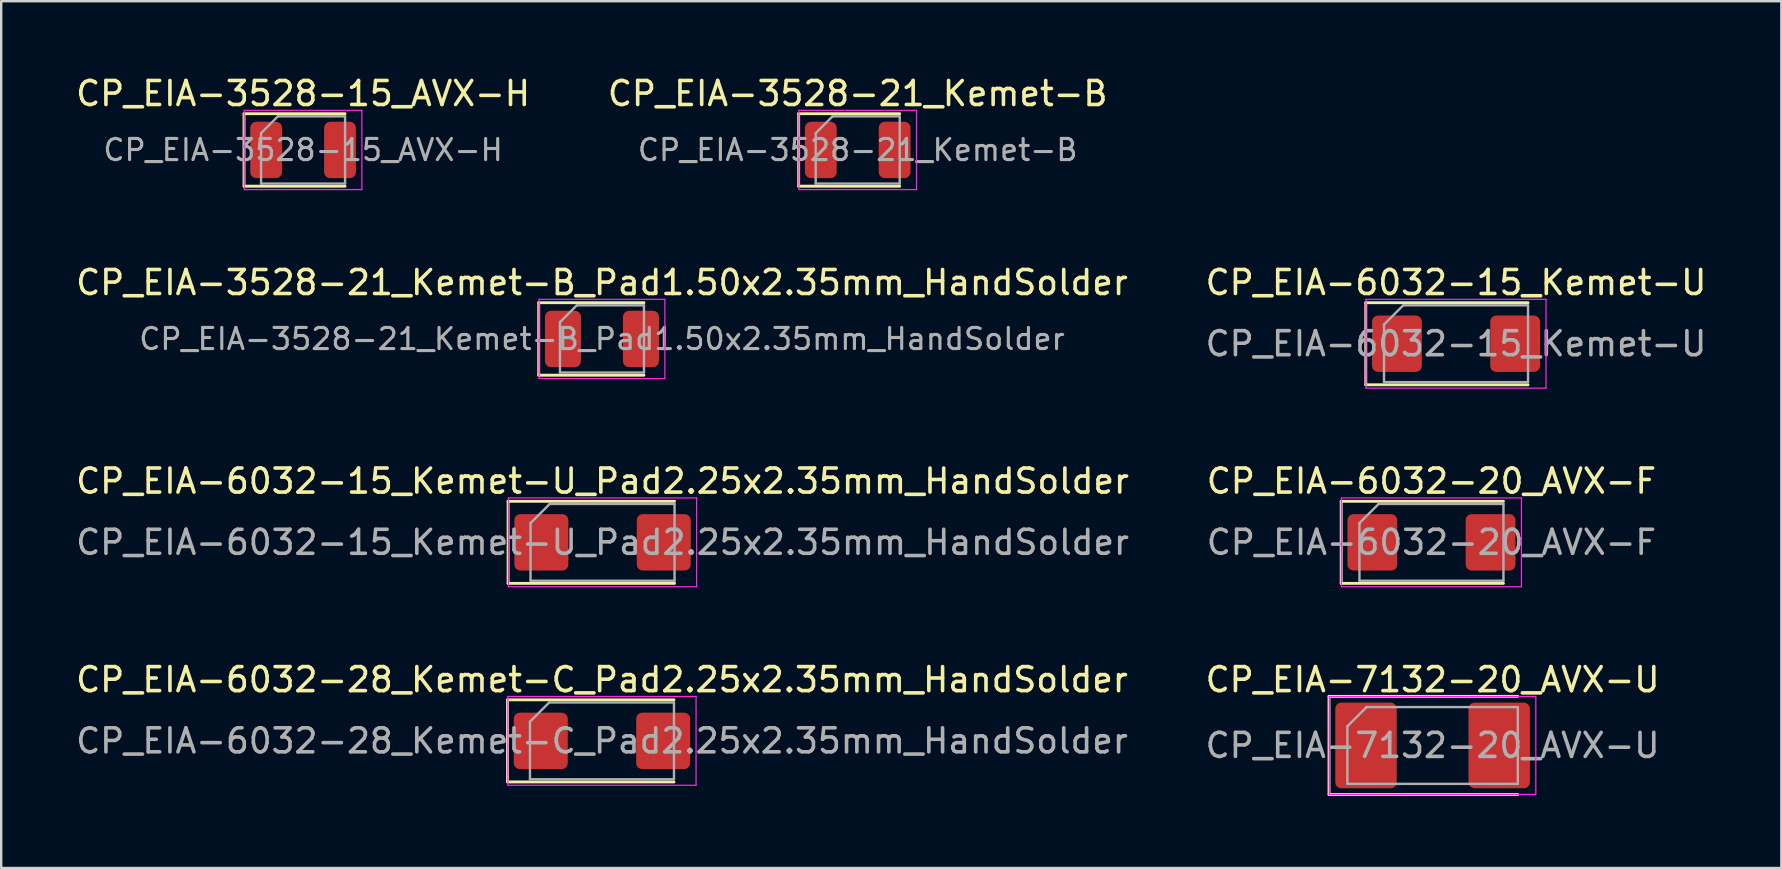
<source format=kicad_pcb>
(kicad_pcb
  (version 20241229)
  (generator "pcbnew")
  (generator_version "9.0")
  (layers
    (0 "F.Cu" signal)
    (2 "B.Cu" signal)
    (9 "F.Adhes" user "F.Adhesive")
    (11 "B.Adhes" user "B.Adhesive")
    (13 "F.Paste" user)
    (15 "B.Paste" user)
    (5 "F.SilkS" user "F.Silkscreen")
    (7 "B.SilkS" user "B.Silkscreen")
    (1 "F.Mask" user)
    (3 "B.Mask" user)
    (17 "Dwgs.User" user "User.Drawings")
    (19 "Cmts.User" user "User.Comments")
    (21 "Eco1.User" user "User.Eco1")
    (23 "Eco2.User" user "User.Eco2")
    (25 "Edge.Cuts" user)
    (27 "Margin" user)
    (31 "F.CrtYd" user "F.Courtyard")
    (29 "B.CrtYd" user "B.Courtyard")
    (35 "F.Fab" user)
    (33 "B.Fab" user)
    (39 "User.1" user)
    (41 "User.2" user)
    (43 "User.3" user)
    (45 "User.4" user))
  (footprint "CP_EIA-6032-28_Kemet-C_Pad2.25x2.35mm_HandSolder"
    (layer "F.Cu")
    (at 22.03 27.818)
    (property "Reference" "CP_EIA-6032-28_Kemet-C_Pad2.25x2.35mm_HandSolder" (at 0 -2.55 0) (layer "F.SilkS") (effects (font (size 1 1) (thickness 0.15))))
    (attr smd)
    (fp_line (start -3.935 -1.71) (end -3.935 1.71) (stroke (width 0.12) (type solid)) (layer "F.SilkS"))
    (fp_line (start -3.935 1.71) (end 3 1.71) (stroke (width 0.12) (type solid)) (layer "F.SilkS"))
    (fp_line (start 3 -1.71) (end -3.935 -1.71) (stroke (width 0.12) (type solid)) (layer "F.SilkS"))
    (fp_line (start -3.92 -1.85) (end 3.92 -1.85) (stroke (width 0.05) (type solid)) (layer "F.CrtYd"))
    (fp_line (start -3.92 1.85) (end -3.92 -1.85) (stroke (width 0.05) (type solid)) (layer "F.CrtYd"))
    (fp_line (start 3.92 -1.85) (end 3.92 1.85) (stroke (width 0.05) (type solid)) (layer "F.CrtYd"))
    (fp_line (start 3.92 1.85) (end -3.92 1.85) (stroke (width 0.05) (type solid)) (layer "F.CrtYd"))
    (fp_line (start -3 -0.8) (end -3 1.6) (stroke (width 0.1) (type solid)) (layer "F.Fab"))
    (fp_line (start -3 1.6) (end 3 1.6) (stroke (width 0.1) (type solid)) (layer "F.Fab"))
    (fp_line (start -2.2 -1.6) (end -3 -0.8) (stroke (width 0.1) (type solid)) (layer "F.Fab"))
    (fp_line (start 3 -1.6) (end -2.2 -1.6) (stroke (width 0.1) (type solid)) (layer "F.Fab"))
    (fp_line (start 3 1.6) (end 3 -1.6) (stroke (width 0.1) (type solid)) (layer "F.Fab"))
    (fp_text user "${REFERENCE}" (at 0 0 0) (layer "F.Fab") (effects (font (size 1 1) (thickness 0.15))))
    (pad "1" smd roundrect (at -2.55 0) (size 2.25 2.35) (layers "F.Cu" "F.Mask" "F.Paste") (roundrect_rratio 0.111))
    (pad "2" smd roundrect (at 2.55 0) (size 2.25 2.35) (layers "F.Cu" "F.Mask" "F.Paste") (roundrect_rratio 0.111)))
  (footprint "CP_EIA-3528-15_AVX-H"
    (layer "F.Cu")
    (at 9.577 3.198)
    (property "Reference" "CP_EIA-3528-15_AVX-H" (at 0 -2.35 0) (layer "F.SilkS") (effects (font (size 1 1) (thickness 0.15))))
    (attr smd)
    (fp_line (start -2.46 -1.51) (end -2.46 1.51) (stroke (width 0.12) (type solid)) (layer "F.SilkS"))
    (fp_line (start -2.46 1.51) (end 1.75 1.51) (stroke (width 0.12) (type solid)) (layer "F.SilkS"))
    (fp_line (start 1.75 -1.51) (end -2.46 -1.51) (stroke (width 0.12) (type solid)) (layer "F.SilkS"))
    (fp_line (start -2.45 -1.65) (end 2.45 -1.65) (stroke (width 0.05) (type solid)) (layer "F.CrtYd"))
    (fp_line (start -2.45 1.65) (end -2.45 -1.65) (stroke (width 0.05) (type solid)) (layer "F.CrtYd"))
    (fp_line (start 2.45 -1.65) (end 2.45 1.65) (stroke (width 0.05) (type solid)) (layer "F.CrtYd"))
    (fp_line (start 2.45 1.65) (end -2.45 1.65) (stroke (width 0.05) (type solid)) (layer "F.CrtYd"))
    (fp_line (start -1.75 -0.7) (end -1.75 1.4) (stroke (width 0.1) (type solid)) (layer "F.Fab"))
    (fp_line (start -1.75 1.4) (end 1.75 1.4) (stroke (width 0.1) (type solid)) (layer "F.Fab"))
    (fp_line (start -1.05 -1.4) (end -1.75 -0.7) (stroke (width 0.1) (type solid)) (layer "F.Fab"))
    (fp_line (start 1.75 -1.4) (end -1.05 -1.4) (stroke (width 0.1) (type solid)) (layer "F.Fab"))
    (fp_line (start 1.75 1.4) (end 1.75 -1.4) (stroke (width 0.1) (type solid)) (layer "F.Fab"))
    (fp_text user "${REFERENCE}" (at 0 0 0) (layer "F.Fab") (effects (font (size 0.88 0.88) (thickness 0.13))))
    (pad "1" smd roundrect (at -1.538 0) (size 1.325 2.35) (layers "F.Cu" "F.Mask" "F.Paste") (roundrect_rratio 0.189))
    (pad "2" smd roundrect (at 1.538 0) (size 1.325 2.35) (layers "F.Cu" "F.Mask" "F.Paste") (roundrect_rratio 0.189)))
  (footprint "CP_EIA-6032-20_AVX-F"
    (layer "F.Cu")
    (at 56.589 19.545)
    (property "Reference" "CP_EIA-6032-20_AVX-F" (at 0 -2.55 0) (layer "F.SilkS") (effects (font (size 1 1) (thickness 0.15))))
    (attr smd)
    (fp_line (start -3.76 -1.71) (end -3.76 1.71) (stroke (width 0.12) (type solid)) (layer "F.SilkS"))
    (fp_line (start -3.76 1.71) (end 3 1.71) (stroke (width 0.12) (type solid)) (layer "F.SilkS"))
    (fp_line (start 3 -1.71) (end -3.76 -1.71) (stroke (width 0.12) (type solid)) (layer "F.SilkS"))
    (fp_line (start -3.75 -1.85) (end 3.75 -1.85) (stroke (width 0.05) (type solid)) (layer "F.CrtYd"))
    (fp_line (start -3.75 1.85) (end -3.75 -1.85) (stroke (width 0.05) (type solid)) (layer "F.CrtYd"))
    (fp_line (start 3.75 -1.85) (end 3.75 1.85) (stroke (width 0.05) (type solid)) (layer "F.CrtYd"))
    (fp_line (start 3.75 1.85) (end -3.75 1.85) (stroke (width 0.05) (type solid)) (layer "F.CrtYd"))
    (fp_line (start -3 -0.8) (end -3 1.6) (stroke (width 0.1) (type solid)) (layer "F.Fab"))
    (fp_line (start -3 1.6) (end 3 1.6) (stroke (width 0.1) (type solid)) (layer "F.Fab"))
    (fp_line (start -2.2 -1.6) (end -3 -0.8) (stroke (width 0.1) (type solid)) (layer "F.Fab"))
    (fp_line (start 3 -1.6) (end -2.2 -1.6) (stroke (width 0.1) (type solid)) (layer "F.Fab"))
    (fp_line (start 3 1.6) (end 3 -1.6) (stroke (width 0.1) (type solid)) (layer "F.Fab"))
    (fp_text user "${REFERENCE}" (at 0 0 0) (layer "F.Fab") (effects (font (size 1 1) (thickness 0.15))))
    (pad "1" smd roundrect (at -2.462 0) (size 2.075 2.35) (layers "F.Cu" "F.Mask" "F.Paste") (roundrect_rratio 0.12))
    (pad "2" smd roundrect (at 2.462 0) (size 2.075 2.35) (layers "F.Cu" "F.Mask" "F.Paste") (roundrect_rratio 0.12)))
  (footprint "CP_EIA-6032-15_Kemet-U"
    (layer "F.Cu")
    (at 57.613 11.271)
    (property "Reference" "CP_EIA-6032-15_Kemet-U" (at 0 -2.55 0) (layer "F.SilkS") (effects (font (size 1 1) (thickness 0.15))))
    (attr smd)
    (fp_line (start -3.76 -1.71) (end -3.76 1.71) (stroke (width 0.12) (type solid)) (layer "F.SilkS"))
    (fp_line (start -3.76 1.71) (end 3 1.71) (stroke (width 0.12) (type solid)) (layer "F.SilkS"))
    (fp_line (start 3 -1.71) (end -3.76 -1.71) (stroke (width 0.12) (type solid)) (layer "F.SilkS"))
    (fp_line (start -3.75 -1.85) (end 3.75 -1.85) (stroke (width 0.05) (type solid)) (layer "F.CrtYd"))
    (fp_line (start -3.75 1.85) (end -3.75 -1.85) (stroke (width 0.05) (type solid)) (layer "F.CrtYd"))
    (fp_line (start 3.75 -1.85) (end 3.75 1.85) (stroke (width 0.05) (type solid)) (layer "F.CrtYd"))
    (fp_line (start 3.75 1.85) (end -3.75 1.85) (stroke (width 0.05) (type solid)) (layer "F.CrtYd"))
    (fp_line (start -3 -0.8) (end -3 1.6) (stroke (width 0.1) (type solid)) (layer "F.Fab"))
    (fp_line (start -3 1.6) (end 3 1.6) (stroke (width 0.1) (type solid)) (layer "F.Fab"))
    (fp_line (start -2.2 -1.6) (end -3 -0.8) (stroke (width 0.1) (type solid)) (layer "F.Fab"))
    (fp_line (start 3 -1.6) (end -2.2 -1.6) (stroke (width 0.1) (type solid)) (layer "F.Fab"))
    (fp_line (start 3 1.6) (end 3 -1.6) (stroke (width 0.1) (type solid)) (layer "F.Fab"))
    (fp_text user "${REFERENCE}" (at 0 0 0) (layer "F.Fab") (effects (font (size 1 1) (thickness 0.15))))
    (pad "1" smd roundrect (at -2.462 0) (size 2.075 2.35) (layers "F.Cu" "F.Mask" "F.Paste") (roundrect_rratio 0.12))
    (pad "2" smd roundrect (at 2.462 0) (size 2.075 2.35) (layers "F.Cu" "F.Mask" "F.Paste") (roundrect_rratio 0.12)))
  (footprint "CP_EIA-7132-20_AVX-U"
    (layer "F.Cu")
    (at 56.637 28.008)
    (property "Reference" "CP_EIA-7132-20_AVX-U" (at 0 -2.74 0) (layer "F.SilkS") (effects (font (size 1 1) (thickness 0.15))))
    (attr smd)
    (fp_line (start -4.315 -2.045) (end -4.315 2.045) (stroke (width 0.12) (type solid)) (layer "F.SilkS"))
    (fp_line (start -4.315 2.045) (end 3.55 2.045) (stroke (width 0.12) (type solid)) (layer "F.SilkS"))
    (fp_line (start 3.55 -2.045) (end -4.315 -2.045) (stroke (width 0.12) (type solid)) (layer "F.SilkS"))
    (fp_line (start -4.3 -2.04) (end 4.3 -2.04) (stroke (width 0.05) (type solid)) (layer "F.CrtYd"))
    (fp_line (start -4.3 2.04) (end -4.3 -2.04) (stroke (width 0.05) (type solid)) (layer "F.CrtYd"))
    (fp_line (start 4.3 -2.04) (end 4.3 2.04) (stroke (width 0.05) (type solid)) (layer "F.CrtYd"))
    (fp_line (start 4.3 2.04) (end -4.3 2.04) (stroke (width 0.05) (type solid)) (layer "F.CrtYd"))
    (fp_line (start -3.55 -0.8) (end -3.55 1.6) (stroke (width 0.1) (type solid)) (layer "F.Fab"))
    (fp_line (start -3.55 1.6) (end 3.55 1.6) (stroke (width 0.1) (type solid)) (layer "F.Fab"))
    (fp_line (start -2.75 -1.6) (end -3.55 -0.8) (stroke (width 0.1) (type solid)) (layer "F.Fab"))
    (fp_line (start 3.55 -1.6) (end -2.75 -1.6) (stroke (width 0.1) (type solid)) (layer "F.Fab"))
    (fp_line (start 3.55 1.6) (end 3.55 -1.6) (stroke (width 0.1) (type solid)) (layer "F.Fab"))
    (fp_text user "${REFERENCE}" (at 0 0 0) (layer "F.Fab") (effects (font (size 1 1) (thickness 0.15))))
    (pad "1" smd roundrect (at -2.775 0) (size 2.56 3.57) (layers "F.Cu" "F.Mask" "F.Paste") (roundrect_rratio 0.098))
    (pad "2" smd roundrect (at 2.775 0) (size 2.56 3.57) (layers "F.Cu" "F.Mask" "F.Paste") (roundrect_rratio 0.098)))
  (footprint "CP_EIA-3528-21_Kemet-B_Pad1.50x2.35mm_HandSolder"
    (layer "F.Cu")
    (at 22.03 11.072)
    (property "Reference" "CP_EIA-3528-21_Kemet-B_Pad1.50x2.35mm_HandSolder" (at 0 -2.35 0) (layer "F.SilkS") (effects (font (size 1 1) (thickness 0.15))))
    (attr smd)
    (fp_line (start -2.635 -1.51) (end -2.635 1.51) (stroke (width 0.12) (type solid)) (layer "F.SilkS"))
    (fp_line (start -2.635 1.51) (end 1.75 1.51) (stroke (width 0.12) (type solid)) (layer "F.SilkS"))
    (fp_line (start 1.75 -1.51) (end -2.635 -1.51) (stroke (width 0.12) (type solid)) (layer "F.SilkS"))
    (fp_line (start -2.62 -1.65) (end 2.62 -1.65) (stroke (width 0.05) (type solid)) (layer "F.CrtYd"))
    (fp_line (start -2.62 1.65) (end -2.62 -1.65) (stroke (width 0.05) (type solid)) (layer "F.CrtYd"))
    (fp_line (start 2.62 -1.65) (end 2.62 1.65) (stroke (width 0.05) (type solid)) (layer "F.CrtYd"))
    (fp_line (start 2.62 1.65) (end -2.62 1.65) (stroke (width 0.05) (type solid)) (layer "F.CrtYd"))
    (fp_line (start -1.75 -0.7) (end -1.75 1.4) (stroke (width 0.1) (type solid)) (layer "F.Fab"))
    (fp_line (start -1.75 1.4) (end 1.75 1.4) (stroke (width 0.1) (type solid)) (layer "F.Fab"))
    (fp_line (start -1.05 -1.4) (end -1.75 -0.7) (stroke (width 0.1) (type solid)) (layer "F.Fab"))
    (fp_line (start 1.75 -1.4) (end -1.05 -1.4) (stroke (width 0.1) (type solid)) (layer "F.Fab"))
    (fp_line (start 1.75 1.4) (end 1.75 -1.4) (stroke (width 0.1) (type solid)) (layer "F.Fab"))
    (fp_text user "${REFERENCE}" (at 0 0 0) (layer "F.Fab") (effects (font (size 0.88 0.88) (thickness 0.13))))
    (pad "1" smd roundrect (at -1.625 0) (size 1.5 2.35) (layers "F.Cu" "F.Mask" "F.Paste") (roundrect_rratio 0.167))
    (pad "2" smd roundrect (at 1.625 0) (size 1.5 2.35) (layers "F.Cu" "F.Mask" "F.Paste") (roundrect_rratio 0.167)))
  (footprint "CP_EIA-6032-15_Kemet-U_Pad2.25x2.35mm_HandSolder"
    (layer "F.Cu")
    (at 22.054 19.545)
    (property "Reference" "CP_EIA-6032-15_Kemet-U_Pad2.25x2.35mm_HandSolder" (at 0 -2.55 0) (layer "F.SilkS") (effects (font (size 1 1) (thickness 0.15))))
    (attr smd)
    (fp_line (start -3.935 -1.71) (end -3.935 1.71) (stroke (width 0.12) (type solid)) (layer "F.SilkS"))
    (fp_line (start -3.935 1.71) (end 3 1.71) (stroke (width 0.12) (type solid)) (layer "F.SilkS"))
    (fp_line (start 3 -1.71) (end -3.935 -1.71) (stroke (width 0.12) (type solid)) (layer "F.SilkS"))
    (fp_line (start -3.92 -1.85) (end 3.92 -1.85) (stroke (width 0.05) (type solid)) (layer "F.CrtYd"))
    (fp_line (start -3.92 1.85) (end -3.92 -1.85) (stroke (width 0.05) (type solid)) (layer "F.CrtYd"))
    (fp_line (start 3.92 -1.85) (end 3.92 1.85) (stroke (width 0.05) (type solid)) (layer "F.CrtYd"))
    (fp_line (start 3.92 1.85) (end -3.92 1.85) (stroke (width 0.05) (type solid)) (layer "F.CrtYd"))
    (fp_line (start -3 -0.8) (end -3 1.6) (stroke (width 0.1) (type solid)) (layer "F.Fab"))
    (fp_line (start -3 1.6) (end 3 1.6) (stroke (width 0.1) (type solid)) (layer "F.Fab"))
    (fp_line (start -2.2 -1.6) (end -3 -0.8) (stroke (width 0.1) (type solid)) (layer "F.Fab"))
    (fp_line (start 3 -1.6) (end -2.2 -1.6) (stroke (width 0.1) (type solid)) (layer "F.Fab"))
    (fp_line (start 3 1.6) (end 3 -1.6) (stroke (width 0.1) (type solid)) (layer "F.Fab"))
    (fp_text user "${REFERENCE}" (at 0 0 0) (layer "F.Fab") (effects (font (size 1 1) (thickness 0.15))))
    (pad "1" smd roundrect (at -2.55 0) (size 2.25 2.35) (layers "F.Cu" "F.Mask" "F.Paste") (roundrect_rratio 0.111))
    (pad "2" smd roundrect (at 2.55 0) (size 2.25 2.35) (layers "F.Cu" "F.Mask" "F.Paste") (roundrect_rratio 0.111)))
  (footprint "CP_EIA-3528-21_Kemet-B"
    (layer "F.Cu")
    (at 32.685 3.198)
    (property "Reference" "CP_EIA-3528-21_Kemet-B" (at 0 -2.35 0) (layer "F.SilkS") (effects (font (size 1 1) (thickness 0.15))))
    (attr smd)
    (fp_line (start -2.46 -1.51) (end -2.46 1.51) (stroke (width 0.12) (type solid)) (layer "F.SilkS"))
    (fp_line (start -2.46 1.51) (end 1.75 1.51) (stroke (width 0.12) (type solid)) (layer "F.SilkS"))
    (fp_line (start 1.75 -1.51) (end -2.46 -1.51) (stroke (width 0.12) (type solid)) (layer "F.SilkS"))
    (fp_line (start -2.45 -1.65) (end 2.45 -1.65) (stroke (width 0.05) (type solid)) (layer "F.CrtYd"))
    (fp_line (start -2.45 1.65) (end -2.45 -1.65) (stroke (width 0.05) (type solid)) (layer "F.CrtYd"))
    (fp_line (start 2.45 -1.65) (end 2.45 1.65) (stroke (width 0.05) (type solid)) (layer "F.CrtYd"))
    (fp_line (start 2.45 1.65) (end -2.45 1.65) (stroke (width 0.05) (type solid)) (layer "F.CrtYd"))
    (fp_line (start -1.75 -0.7) (end -1.75 1.4) (stroke (width 0.1) (type solid)) (layer "F.Fab"))
    (fp_line (start -1.75 1.4) (end 1.75 1.4) (stroke (width 0.1) (type solid)) (layer "F.Fab"))
    (fp_line (start -1.05 -1.4) (end -1.75 -0.7) (stroke (width 0.1) (type solid)) (layer "F.Fab"))
    (fp_line (start 1.75 -1.4) (end -1.05 -1.4) (stroke (width 0.1) (type solid)) (layer "F.Fab"))
    (fp_line (start 1.75 1.4) (end 1.75 -1.4) (stroke (width 0.1) (type solid)) (layer "F.Fab"))
    (fp_text user "${REFERENCE}" (at 0 0 0) (layer "F.Fab") (effects (font (size 0.88 0.88) (thickness 0.13))))
    (pad "1" smd roundrect (at -1.538 0) (size 1.325 2.35) (layers "F.Cu" "F.Mask" "F.Paste") (roundrect_rratio 0.189))
    (pad "2" smd roundrect (at 1.538 0) (size 1.325 2.35) (layers "F.Cu" "F.Mask" "F.Paste") (roundrect_rratio 0.189)))
  (gr_rect
    (start -3 -3)
    (end 71.167 33.113)
    (stroke (width 0.1) (type default))
    (fill no)
    (layer "Edge.Cuts")))
</source>
